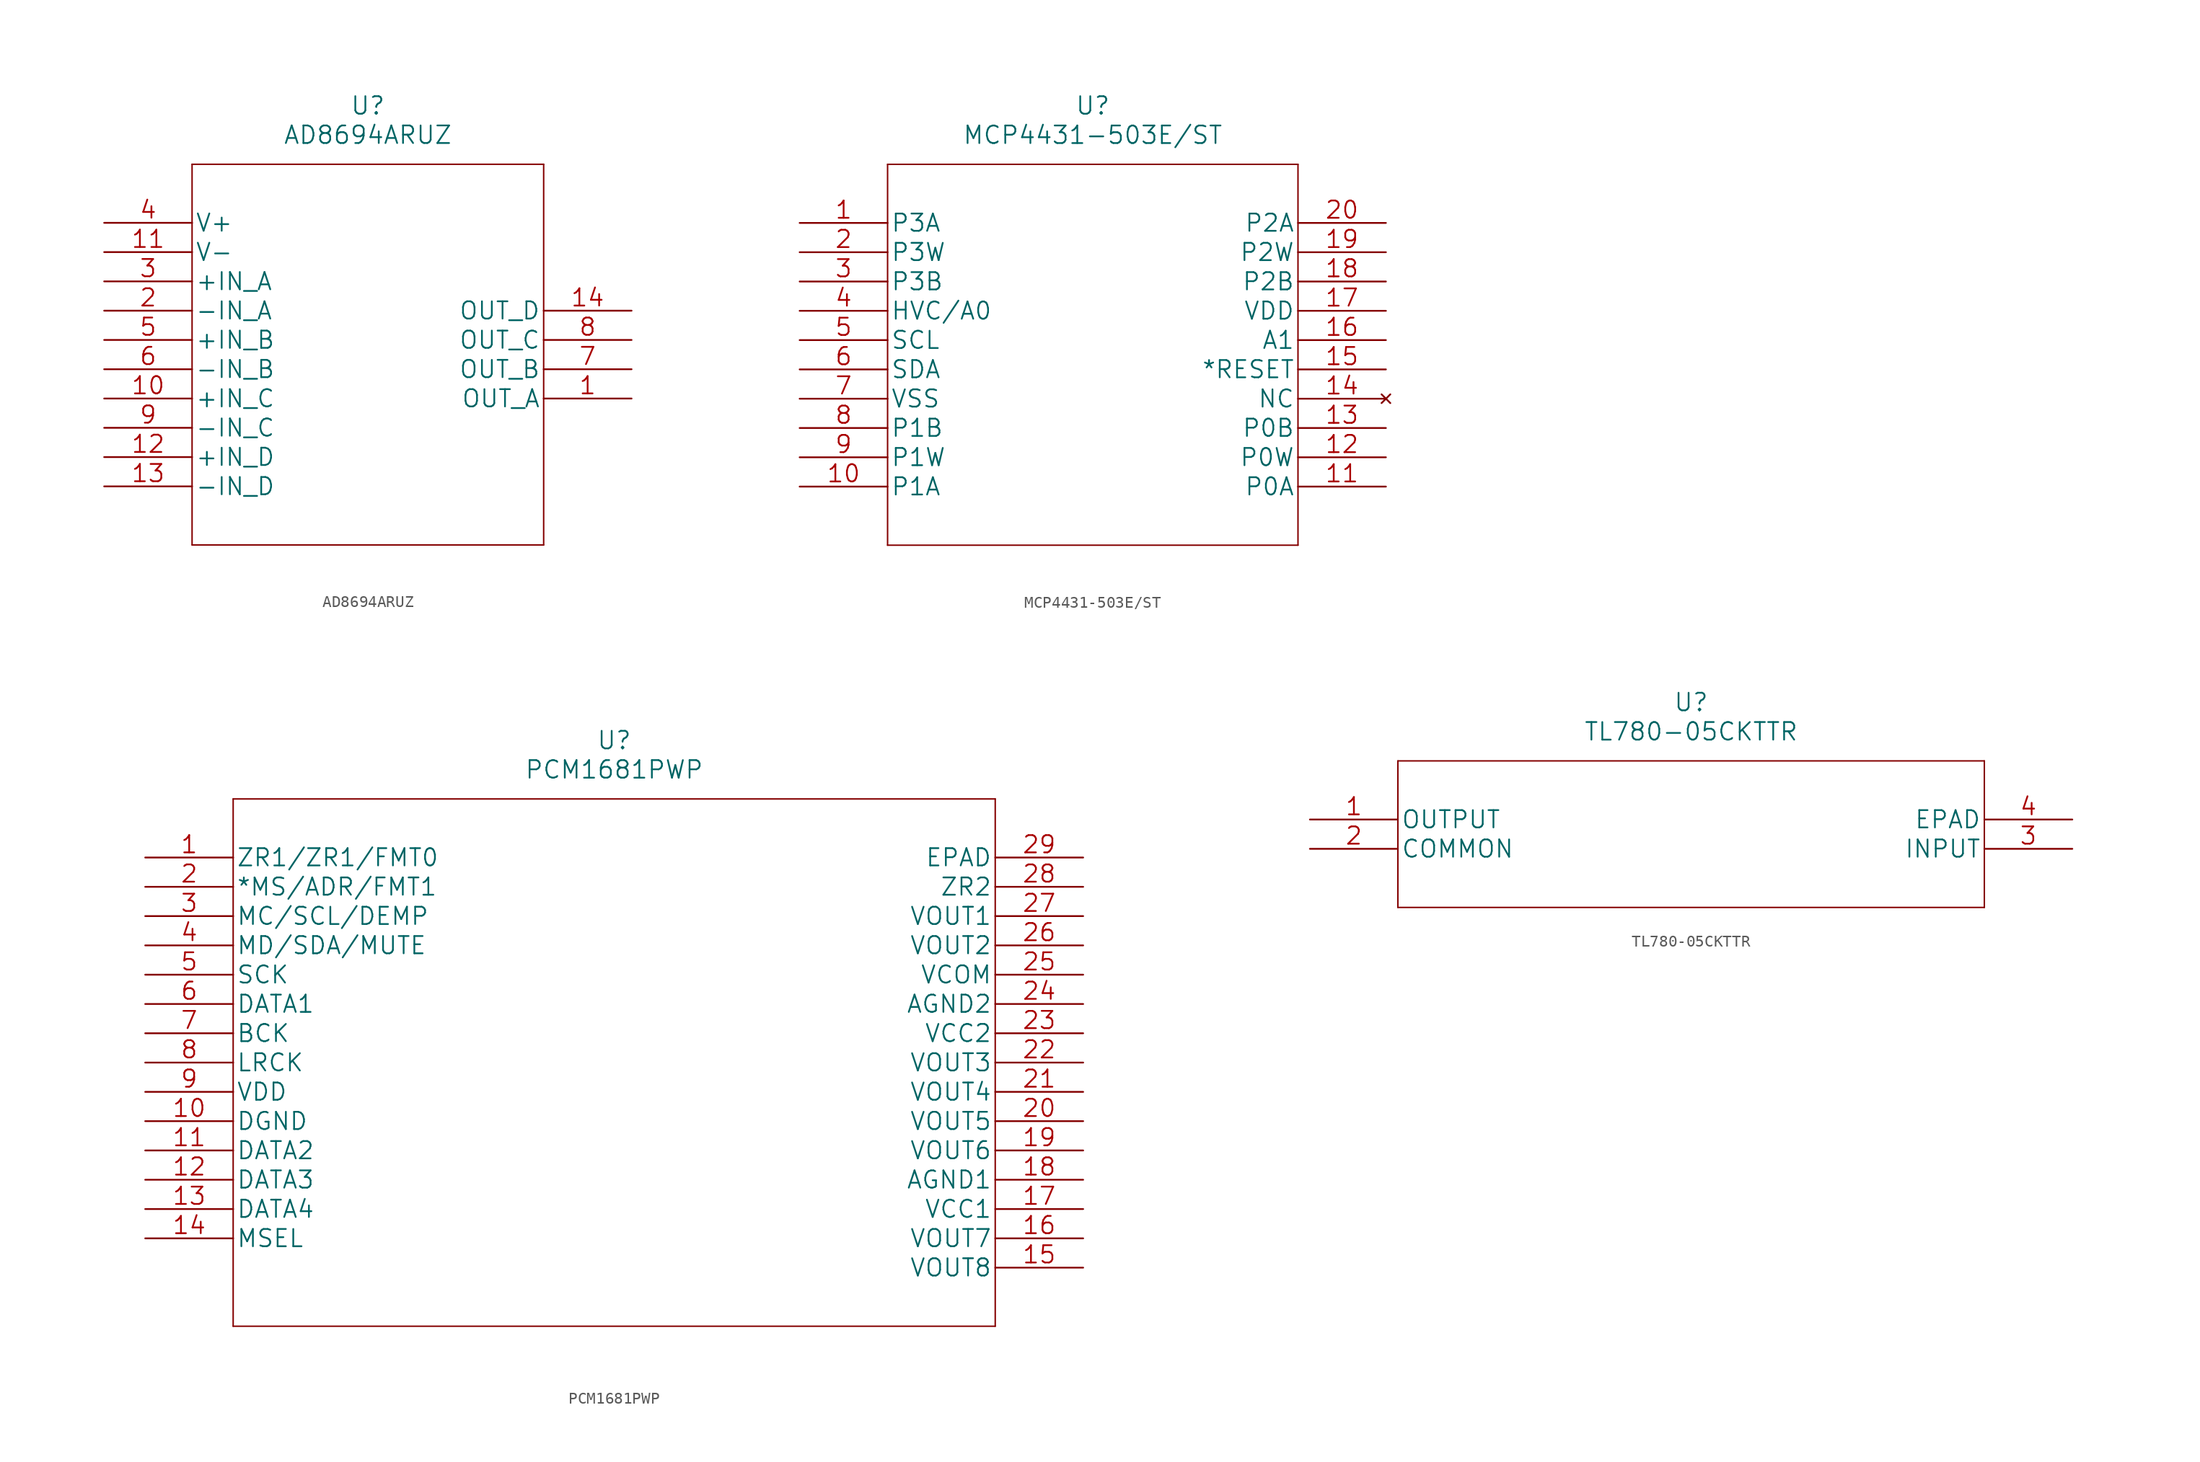
<source format=kicad_sym>
(kicad_symbol_lib
  (version 20220914)
  (generator kicad_symbol_editor)
  (symbol "AD8694ARUZ"
    (pin_names
      (offset 0.254))
    (property "Reference" "U"
      (at 22.86 10.16 0)
      (effects (font (size 1.524 1.524))))
    (property "Value" "AD8694ARUZ"
      (at 22.86 7.62 0)
      (effects (font (size 1.524 1.524))))
    (property "Datasheet" ""
      (at 0 0 0)
      (effects (font (size 1.524 1.524))))
    (property "ki_locked" ""
      (at 0 0 0)
      (effects (font (size 1.27 1.27))))
    (symbol "AD8694ARUZ_1_1"
      (polyline (pts (xy 7.62 -27.94) (xy 38.1 -27.94)) (stroke (width 0.127) (type default)) (fill (type none)))
      (polyline (pts (xy 7.62 5.08) (xy 7.62 -27.94)) (stroke (width 0.127) (type default)) (fill (type none)))
      (polyline (pts (xy 38.1 -27.94) (xy 38.1 5.08)) (stroke (width 0.127) (type default)) (fill (type none)))
      (polyline (pts (xy 38.1 5.08) (xy 7.62 5.08)) (stroke (width 0.127) (type default)) (fill (type none)))
      (pin unspecified line (at 45.72 -15.24 180) (length 7.62) (name "OUT_A" (effects (font (size 1.499 1.499)))) (number "1" (effects (font (size 1.499 1.499)))))
      (pin unspecified line (at 0 -15.24 0) (length 7.62) (name "+IN_C" (effects (font (size 1.499 1.499)))) (number "10" (effects (font (size 1.499 1.499)))))
      (pin unspecified line (at 0 -2.54 0) (length 7.62) (name "V-" (effects (font (size 1.499 1.499)))) (number "11" (effects (font (size 1.499 1.499)))))
      (pin unspecified line (at 0 -20.32 0) (length 7.62) (name "+IN_D" (effects (font (size 1.499 1.499)))) (number "12" (effects (font (size 1.499 1.499)))))
      (pin unspecified line (at 0 -22.86 0) (length 7.62) (name "-IN_D" (effects (font (size 1.499 1.499)))) (number "13" (effects (font (size 1.499 1.499)))))
      (pin unspecified line (at 45.72 -7.62 180) (length 7.62) (name "OUT_D" (effects (font (size 1.499 1.499)))) (number "14" (effects (font (size 1.499 1.499)))))
      (pin unspecified line (at 0 -7.62 0) (length 7.62) (name "-IN_A" (effects (font (size 1.499 1.499)))) (number "2" (effects (font (size 1.499 1.499)))))
      (pin unspecified line (at 0 -5.08 0) (length 7.62) (name "+IN_A" (effects (font (size 1.499 1.499)))) (number "3" (effects (font (size 1.499 1.499)))))
      (pin unspecified line (at 0 0 0) (length 7.62) (name "V+" (effects (font (size 1.499 1.499)))) (number "4" (effects (font (size 1.499 1.499)))))
      (pin unspecified line (at 0 -10.16 0) (length 7.62) (name "+IN_B" (effects (font (size 1.499 1.499)))) (number "5" (effects (font (size 1.499 1.499)))))
      (pin unspecified line (at 0 -12.7 0) (length 7.62) (name "-IN_B" (effects (font (size 1.499 1.499)))) (number "6" (effects (font (size 1.499 1.499)))))
      (pin unspecified line (at 45.72 -12.7 180) (length 7.62) (name "OUT_B" (effects (font (size 1.499 1.499)))) (number "7" (effects (font (size 1.499 1.499)))))
      (pin unspecified line (at 45.72 -10.16 180) (length 7.62) (name "OUT_C" (effects (font (size 1.499 1.499)))) (number "8" (effects (font (size 1.499 1.499)))))
      (pin unspecified line (at 0 -17.78 0) (length 7.62) (name "-IN_C" (effects (font (size 1.499 1.499)))) (number "9" (effects (font (size 1.499 1.499)))))))
  (symbol "MCP4431-503E/ST"
    (pin_names
      (offset 0.254))
    (property "Reference" "U"
      (at 25.4 10.16 0)
      (effects (font (size 1.524 1.524))))
    (property "Value" "MCP4431-503E/ST"
      (at 25.4 7.62 0)
      (effects (font (size 1.524 1.524))))
    (property "Datasheet" ""
      (at 0 0 0)
      (effects (font (size 1.524 1.524))))
    (property "ki_locked" ""
      (at 0 0 0)
      (effects (font (size 1.27 1.27))))
    (symbol "MCP4431-503E/ST_1_1"
      (polyline (pts (xy 7.62 -27.94) (xy 43.18 -27.94)) (stroke (width 0.127) (type solid)) (fill (type none)))
      (polyline (pts (xy 7.62 5.08) (xy 7.62 -27.94)) (stroke (width 0.127) (type solid)) (fill (type none)))
      (polyline (pts (xy 43.18 -27.94) (xy 43.18 5.08)) (stroke (width 0.127) (type solid)) (fill (type none)))
      (polyline (pts (xy 43.18 5.08) (xy 7.62 5.08)) (stroke (width 0.127) (type solid)) (fill (type none)))
      (pin unspecified line (at 0 0 0) (length 7.62) (name "P3A" (effects (font (size 1.499 1.499)))) (number "1" (effects (font (size 1.499 1.499)))))
      (pin unspecified line (at 0 -22.86 0) (length 7.62) (name "P1A" (effects (font (size 1.499 1.499)))) (number "10" (effects (font (size 1.499 1.499)))))
      (pin unspecified line (at 50.8 -22.86 180) (length 7.62) (name "P0A" (effects (font (size 1.499 1.499)))) (number "11" (effects (font (size 1.499 1.499)))))
      (pin unspecified line (at 50.8 -20.32 180) (length 7.62) (name "P0W" (effects (font (size 1.499 1.499)))) (number "12" (effects (font (size 1.499 1.499)))))
      (pin unspecified line (at 50.8 -17.78 180) (length 7.62) (name "P0B" (effects (font (size 1.499 1.499)))) (number "13" (effects (font (size 1.499 1.499)))))
      (pin no_connect line (at 50.8 -15.24 180) (length 7.62) (name "NC" (effects (font (size 1.499 1.499)))) (number "14" (effects (font (size 1.499 1.499)))))
      (pin input line (at 50.8 -12.7 180) (length 7.62) (name "*RESET" (effects (font (size 1.499 1.499)))) (number "15" (effects (font (size 1.499 1.499)))))
      (pin input line (at 50.8 -10.16 180) (length 7.62) (name "A1" (effects (font (size 1.499 1.499)))) (number "16" (effects (font (size 1.499 1.499)))))
      (pin power_in line (at 50.8 -7.62 180) (length 7.62) (name "VDD" (effects (font (size 1.499 1.499)))) (number "17" (effects (font (size 1.499 1.499)))))
      (pin unspecified line (at 50.8 -5.08 180) (length 7.62) (name "P2B" (effects (font (size 1.499 1.499)))) (number "18" (effects (font (size 1.499 1.499)))))
      (pin unspecified line (at 50.8 -2.54 180) (length 7.62) (name "P2W" (effects (font (size 1.499 1.499)))) (number "19" (effects (font (size 1.499 1.499)))))
      (pin unspecified line (at 0 -2.54 0) (length 7.62) (name "P3W" (effects (font (size 1.499 1.499)))) (number "2" (effects (font (size 1.499 1.499)))))
      (pin unspecified line (at 50.8 0 180) (length 7.62) (name "P2A" (effects (font (size 1.499 1.499)))) (number "20" (effects (font (size 1.499 1.499)))))
      (pin unspecified line (at 0 -5.08 0) (length 7.62) (name "P3B" (effects (font (size 1.499 1.499)))) (number "3" (effects (font (size 1.499 1.499)))))
      (pin input line (at 0 -7.62 0) (length 7.62) (name "HVC/A0" (effects (font (size 1.499 1.499)))) (number "4" (effects (font (size 1.499 1.499)))))
      (pin input line (at 0 -10.16 0) (length 7.62) (name "SCL" (effects (font (size 1.499 1.499)))) (number "5" (effects (font (size 1.499 1.499)))))
      (pin input line (at 0 -12.7 0) (length 7.62) (name "SDA" (effects (font (size 1.499 1.499)))) (number "6" (effects (font (size 1.499 1.499)))))
      (pin power_in line (at 0 -15.24 0) (length 7.62) (name "VSS" (effects (font (size 1.499 1.499)))) (number "7" (effects (font (size 1.499 1.499)))))
      (pin unspecified line (at 0 -17.78 0) (length 7.62) (name "P1B" (effects (font (size 1.499 1.499)))) (number "8" (effects (font (size 1.499 1.499)))))
      (pin unspecified line (at 0 -20.32 0) (length 7.62) (name "P1W" (effects (font (size 1.499 1.499)))) (number "9" (effects (font (size 1.499 1.499)))))))
  (symbol "PCM1681PWP"
    (pin_names
      (offset 0.254))
    (property "Reference" "U"
      (at 40.64 10.16 0)
      (effects (font (size 1.524 1.524))))
    (property "Value" "PCM1681PWP"
      (at 40.64 7.62 0)
      (effects (font (size 1.524 1.524))))
    (property "Datasheet" ""
      (at 0 0 0)
      (effects (font (size 1.524 1.524))))
    (property "ki_locked" ""
      (at 0 0 0)
      (effects (font (size 1.27 1.27))))
    (symbol "PCM1681PWP_1_1"
      (polyline (pts (xy 7.62 -40.64) (xy 73.66 -40.64)) (stroke (width 0.127) (type default)) (fill (type none)))
      (polyline (pts (xy 7.62 5.08) (xy 7.62 -40.64)) (stroke (width 0.127) (type default)) (fill (type none)))
      (polyline (pts (xy 73.66 -40.64) (xy 73.66 5.08)) (stroke (width 0.127) (type default)) (fill (type none)))
      (polyline (pts (xy 73.66 5.08) (xy 7.62 5.08)) (stroke (width 0.127) (type default)) (fill (type none)))
      (pin bidirectional line (at 0 0 0) (length 7.62) (name "ZR1/ZR1/FMT0" (effects (font (size 1.499 1.499)))) (number "1" (effects (font (size 1.499 1.499)))))
      (pin power_in line (at 0 -22.86 0) (length 7.62) (name "DGND" (effects (font (size 1.499 1.499)))) (number "10" (effects (font (size 1.499 1.499)))))
      (pin input line (at 0 -25.4 0) (length 7.62) (name "DATA2" (effects (font (size 1.499 1.499)))) (number "11" (effects (font (size 1.499 1.499)))))
      (pin input line (at 0 -27.94 0) (length 7.62) (name "DATA3" (effects (font (size 1.499 1.499)))) (number "12" (effects (font (size 1.499 1.499)))))
      (pin input line (at 0 -30.48 0) (length 7.62) (name "DATA4" (effects (font (size 1.499 1.499)))) (number "13" (effects (font (size 1.499 1.499)))))
      (pin input line (at 0 -33.02 0) (length 7.62) (name "MSEL" (effects (font (size 1.499 1.499)))) (number "14" (effects (font (size 1.499 1.499)))))
      (pin output line (at 81.28 -35.56 180) (length 7.62) (name "VOUT8" (effects (font (size 1.499 1.499)))) (number "15" (effects (font (size 1.499 1.499)))))
      (pin output line (at 81.28 -33.02 180) (length 7.62) (name "VOUT7" (effects (font (size 1.499 1.499)))) (number "16" (effects (font (size 1.499 1.499)))))
      (pin power_in line (at 81.28 -30.48 180) (length 7.62) (name "VCC1" (effects (font (size 1.499 1.499)))) (number "17" (effects (font (size 1.499 1.499)))))
      (pin power_in line (at 81.28 -27.94 180) (length 7.62) (name "AGND1" (effects (font (size 1.499 1.499)))) (number "18" (effects (font (size 1.499 1.499)))))
      (pin output line (at 81.28 -25.4 180) (length 7.62) (name "VOUT6" (effects (font (size 1.499 1.499)))) (number "19" (effects (font (size 1.499 1.499)))))
      (pin input line (at 0 -2.54 0) (length 7.62) (name "*MS/ADR/FMT1" (effects (font (size 1.499 1.499)))) (number "2" (effects (font (size 1.499 1.499)))))
      (pin output line (at 81.28 -22.86 180) (length 7.62) (name "VOUT5" (effects (font (size 1.499 1.499)))) (number "20" (effects (font (size 1.499 1.499)))))
      (pin output line (at 81.28 -20.32 180) (length 7.62) (name "VOUT4" (effects (font (size 1.499 1.499)))) (number "21" (effects (font (size 1.499 1.499)))))
      (pin output line (at 81.28 -17.78 180) (length 7.62) (name "VOUT3" (effects (font (size 1.499 1.499)))) (number "22" (effects (font (size 1.499 1.499)))))
      (pin power_in line (at 81.28 -15.24 180) (length 7.62) (name "VCC2" (effects (font (size 1.499 1.499)))) (number "23" (effects (font (size 1.499 1.499)))))
      (pin power_in line (at 81.28 -12.7 180) (length 7.62) (name "AGND2" (effects (font (size 1.499 1.499)))) (number "24" (effects (font (size 1.499 1.499)))))
      (pin power_in line (at 81.28 -10.16 180) (length 7.62) (name "VCOM" (effects (font (size 1.499 1.499)))) (number "25" (effects (font (size 1.499 1.499)))))
      (pin output line (at 81.28 -7.62 180) (length 7.62) (name "VOUT2" (effects (font (size 1.499 1.499)))) (number "26" (effects (font (size 1.499 1.499)))))
      (pin output line (at 81.28 -5.08 180) (length 7.62) (name "VOUT1" (effects (font (size 1.499 1.499)))) (number "27" (effects (font (size 1.499 1.499)))))
      (pin output line (at 81.28 -2.54 180) (length 7.62) (name "ZR2" (effects (font (size 1.499 1.499)))) (number "28" (effects (font (size 1.499 1.499)))))
      (pin unspecified line (at 81.28 0 180) (length 7.62) (name "EPAD" (effects (font (size 1.499 1.499)))) (number "29" (effects (font (size 1.499 1.499)))))
      (pin input line (at 0 -5.08 0) (length 7.62) (name "MC/SCL/DEMP" (effects (font (size 1.499 1.499)))) (number "3" (effects (font (size 1.499 1.499)))))
      (pin bidirectional line (at 0 -7.62 0) (length 7.62) (name "MD/SDA/MUTE" (effects (font (size 1.499 1.499)))) (number "4" (effects (font (size 1.499 1.499)))))
      (pin input line (at 0 -10.16 0) (length 7.62) (name "SCK" (effects (font (size 1.499 1.499)))) (number "5" (effects (font (size 1.499 1.499)))))
      (pin input line (at 0 -12.7 0) (length 7.62) (name "DATA1" (effects (font (size 1.499 1.499)))) (number "6" (effects (font (size 1.499 1.499)))))
      (pin input line (at 0 -15.24 0) (length 7.62) (name "BCK" (effects (font (size 1.499 1.499)))) (number "7" (effects (font (size 1.499 1.499)))))
      (pin input line (at 0 -17.78 0) (length 7.62) (name "LRCK" (effects (font (size 1.499 1.499)))) (number "8" (effects (font (size 1.499 1.499)))))
      (pin power_in line (at 0 -20.32 0) (length 7.62) (name "VDD" (effects (font (size 1.499 1.499)))) (number "9" (effects (font (size 1.499 1.499)))))))
  (symbol "TL780-05CKTTR"
    (pin_names
      (offset 0.254))
    (property "Reference" "U"
      (at 33.02 10.16 0)
      (effects (font (size 1.524 1.524))))
    (property "Value" "TL780-05CKTTR"
      (at 33.02 7.62 0)
      (effects (font (size 1.524 1.524))))
    (property "Datasheet" ""
      (at 0 0 0)
      (effects (font (size 1.524 1.524))))
    (property "ki_locked" ""
      (at 0 0 0)
      (effects (font (size 1.27 1.27))))
    (symbol "TL780-05CKTTR_1_1"
      (polyline (pts (xy 7.62 -7.62) (xy 58.42 -7.62)) (stroke (width 0.127) (type solid)) (fill (type none)))
      (polyline (pts (xy 7.62 5.08) (xy 7.62 -7.62)) (stroke (width 0.127) (type solid)) (fill (type none)))
      (polyline (pts (xy 58.42 -7.62) (xy 58.42 5.08)) (stroke (width 0.127) (type solid)) (fill (type none)))
      (polyline (pts (xy 58.42 5.08) (xy 7.62 5.08)) (stroke (width 0.127) (type solid)) (fill (type none)))
      (pin output line (at 0 0 0) (length 7.62) (name "OUTPUT" (effects (font (size 1.499 1.499)))) (number "1" (effects (font (size 1.499 1.499)))))
      (pin unspecified line (at 0 -2.54 0) (length 7.62) (name "COMMON" (effects (font (size 1.499 1.499)))) (number "2" (effects (font (size 1.499 1.499)))))
      (pin input line (at 66.04 -2.54 180) (length 7.62) (name "INPUT" (effects (font (size 1.499 1.499)))) (number "3" (effects (font (size 1.499 1.499)))))
      (pin unspecified line (at 66.04 0 180) (length 7.62) (name "EPAD" (effects (font (size 1.499 1.499)))) (number "4" (effects (font (size 1.499 1.499))))))))
</source>
